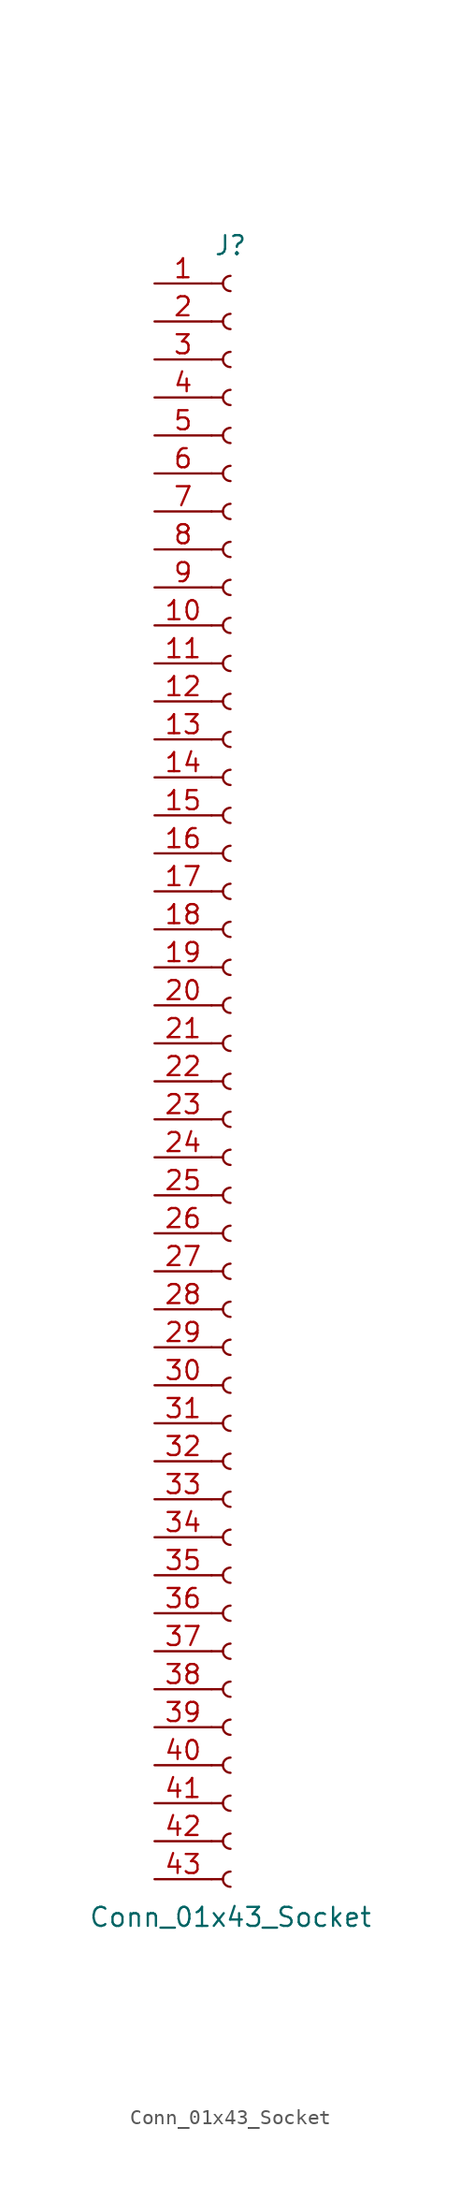
<source format=kicad_sym>
(kicad_symbol_lib
  (version 20220914)
  (generator kicad_symbol_editor)
  (symbol "Conn_01x43_Socket"
    (pin_names
      (offset 1.016) hide)
    (property "Reference" "J"
      (at 0 55.88 0)
      (effects (font (size 1.27 1.27))))
    (property "Value" "Conn_01x43_Socket"
      (at 0 -55.88 0)
      (effects (font (size 1.27 1.27))))
    (property "ki_locked" ""
      (at 0 0 0)
      (effects (font (size 1.27 1.27))))
    (symbol "Conn_01x43_Socket_1_1"
      (arc (start 0 -52.832) (mid -0.5058 -53.34) (end 0 -53.848) (stroke (width 0.1524) (type default)) (fill (type none)))
      (arc (start 0 -50.292) (mid -0.5058 -50.8) (end 0 -51.308) (stroke (width 0.1524) (type default)) (fill (type none)))
      (arc (start 0 -47.752) (mid -0.5058 -48.26) (end 0 -48.768) (stroke (width 0.1524) (type default)) (fill (type none)))
      (arc (start 0 -45.212) (mid -0.5058 -45.72) (end 0 -46.228) (stroke (width 0.1524) (type default)) (fill (type none)))
      (arc (start 0 -42.672) (mid -0.5058 -43.18) (end 0 -43.688) (stroke (width 0.1524) (type default)) (fill (type none)))
      (arc (start 0 -40.132) (mid -0.5058 -40.64) (end 0 -41.148) (stroke (width 0.1524) (type default)) (fill (type none)))
      (arc (start 0 -37.592) (mid -0.5058 -38.1) (end 0 -38.608) (stroke (width 0.1524) (type default)) (fill (type none)))
      (arc (start 0 -35.052) (mid -0.5058 -35.56) (end 0 -36.068) (stroke (width 0.1524) (type default)) (fill (type none)))
      (arc (start 0 -32.512) (mid -0.5058 -33.02) (end 0 -33.528) (stroke (width 0.1524) (type default)) (fill (type none)))
      (arc (start 0 -29.972) (mid -0.5058 -30.48) (end 0 -30.988) (stroke (width 0.1524) (type default)) (fill (type none)))
      (arc (start 0 -27.432) (mid -0.5058 -27.94) (end 0 -28.448) (stroke (width 0.1524) (type default)) (fill (type none)))
      (arc (start 0 -24.892) (mid -0.5058 -25.4) (end 0 -25.908) (stroke (width 0.1524) (type default)) (fill (type none)))
      (arc (start 0 -22.352) (mid -0.5058 -22.86) (end 0 -23.368) (stroke (width 0.1524) (type default)) (fill (type none)))
      (arc (start 0 -19.812) (mid -0.5058 -20.32) (end 0 -20.828) (stroke (width 0.1524) (type default)) (fill (type none)))
      (arc (start 0 -17.272) (mid -0.5058 -17.78) (end 0 -18.288) (stroke (width 0.1524) (type default)) (fill (type none)))
      (arc (start 0 -14.732) (mid -0.5058 -15.24) (end 0 -15.748) (stroke (width 0.1524) (type default)) (fill (type none)))
      (arc (start 0 -12.192) (mid -0.5058 -12.7) (end 0 -13.208) (stroke (width 0.1524) (type default)) (fill (type none)))
      (arc (start 0 -9.652) (mid -0.5058 -10.16) (end 0 -10.668) (stroke (width 0.1524) (type default)) (fill (type none)))
      (arc (start 0 -7.112) (mid -0.5058 -7.62) (end 0 -8.128) (stroke (width 0.1524) (type default)) (fill (type none)))
      (arc (start 0 -4.572) (mid -0.5058 -5.08) (end 0 -5.588) (stroke (width 0.1524) (type default)) (fill (type none)))
      (arc (start 0 -2.032) (mid -0.5058 -2.54) (end 0 -3.048) (stroke (width 0.1524) (type default)) (fill (type none)))
      (polyline (pts (xy -1.27 -53.34) (xy -0.508 -53.34)) (stroke (width 0.152) (type default)) (fill (type none)))
      (polyline (pts (xy -1.27 -50.8) (xy -0.508 -50.8)) (stroke (width 0.152) (type default)) (fill (type none)))
      (polyline (pts (xy -1.27 -48.26) (xy -0.508 -48.26)) (stroke (width 0.152) (type default)) (fill (type none)))
      (polyline (pts (xy -1.27 -45.72) (xy -0.508 -45.72)) (stroke (width 0.152) (type default)) (fill (type none)))
      (polyline (pts (xy -1.27 -43.18) (xy -0.508 -43.18)) (stroke (width 0.152) (type default)) (fill (type none)))
      (polyline (pts (xy -1.27 -40.64) (xy -0.508 -40.64)) (stroke (width 0.152) (type default)) (fill (type none)))
      (polyline (pts (xy -1.27 -38.1) (xy -0.508 -38.1)) (stroke (width 0.152) (type default)) (fill (type none)))
      (polyline (pts (xy -1.27 -35.56) (xy -0.508 -35.56)) (stroke (width 0.152) (type default)) (fill (type none)))
      (polyline (pts (xy -1.27 -33.02) (xy -0.508 -33.02)) (stroke (width 0.152) (type default)) (fill (type none)))
      (polyline (pts (xy -1.27 -30.48) (xy -0.508 -30.48)) (stroke (width 0.152) (type default)) (fill (type none)))
      (polyline (pts (xy -1.27 -27.94) (xy -0.508 -27.94)) (stroke (width 0.152) (type default)) (fill (type none)))
      (polyline (pts (xy -1.27 -25.4) (xy -0.508 -25.4)) (stroke (width 0.152) (type default)) (fill (type none)))
      (polyline (pts (xy -1.27 -22.86) (xy -0.508 -22.86)) (stroke (width 0.152) (type default)) (fill (type none)))
      (polyline (pts (xy -1.27 -20.32) (xy -0.508 -20.32)) (stroke (width 0.152) (type default)) (fill (type none)))
      (polyline (pts (xy -1.27 -17.78) (xy -0.508 -17.78)) (stroke (width 0.152) (type default)) (fill (type none)))
      (polyline (pts (xy -1.27 -15.24) (xy -0.508 -15.24)) (stroke (width 0.152) (type default)) (fill (type none)))
      (polyline (pts (xy -1.27 -12.7) (xy -0.508 -12.7)) (stroke (width 0.152) (type default)) (fill (type none)))
      (polyline (pts (xy -1.27 -10.16) (xy -0.508 -10.16)) (stroke (width 0.152) (type default)) (fill (type none)))
      (polyline (pts (xy -1.27 -7.62) (xy -0.508 -7.62)) (stroke (width 0.152) (type default)) (fill (type none)))
      (polyline (pts (xy -1.27 -5.08) (xy -0.508 -5.08)) (stroke (width 0.152) (type default)) (fill (type none)))
      (polyline (pts (xy -1.27 -2.54) (xy -0.508 -2.54)) (stroke (width 0.152) (type default)) (fill (type none)))
      (polyline (pts (xy -1.27 0) (xy -0.508 0)) (stroke (width 0.152) (type default)) (fill (type none)))
      (polyline (pts (xy -1.27 2.54) (xy -0.508 2.54)) (stroke (width 0.152) (type default)) (fill (type none)))
      (polyline (pts (xy -1.27 5.08) (xy -0.508 5.08)) (stroke (width 0.152) (type default)) (fill (type none)))
      (polyline (pts (xy -1.27 7.62) (xy -0.508 7.62)) (stroke (width 0.152) (type default)) (fill (type none)))
      (polyline (pts (xy -1.27 10.16) (xy -0.508 10.16)) (stroke (width 0.152) (type default)) (fill (type none)))
      (polyline (pts (xy -1.27 12.7) (xy -0.508 12.7)) (stroke (width 0.152) (type default)) (fill (type none)))
      (polyline (pts (xy -1.27 15.24) (xy -0.508 15.24)) (stroke (width 0.152) (type default)) (fill (type none)))
      (polyline (pts (xy -1.27 17.78) (xy -0.508 17.78)) (stroke (width 0.152) (type default)) (fill (type none)))
      (polyline (pts (xy -1.27 20.32) (xy -0.508 20.32)) (stroke (width 0.152) (type default)) (fill (type none)))
      (polyline (pts (xy -1.27 22.86) (xy -0.508 22.86)) (stroke (width 0.152) (type default)) (fill (type none)))
      (polyline (pts (xy -1.27 25.4) (xy -0.508 25.4)) (stroke (width 0.152) (type default)) (fill (type none)))
      (polyline (pts (xy -1.27 27.94) (xy -0.508 27.94)) (stroke (width 0.152) (type default)) (fill (type none)))
      (polyline (pts (xy -1.27 30.48) (xy -0.508 30.48)) (stroke (width 0.152) (type default)) (fill (type none)))
      (polyline (pts (xy -1.27 33.02) (xy -0.508 33.02)) (stroke (width 0.152) (type default)) (fill (type none)))
      (polyline (pts (xy -1.27 35.56) (xy -0.508 35.56)) (stroke (width 0.152) (type default)) (fill (type none)))
      (polyline (pts (xy -1.27 38.1) (xy -0.508 38.1)) (stroke (width 0.152) (type default)) (fill (type none)))
      (polyline (pts (xy -1.27 40.64) (xy -0.508 40.64)) (stroke (width 0.152) (type default)) (fill (type none)))
      (polyline (pts (xy -1.27 43.18) (xy -0.508 43.18)) (stroke (width 0.152) (type default)) (fill (type none)))
      (polyline (pts (xy -1.27 45.72) (xy -0.508 45.72)) (stroke (width 0.152) (type default)) (fill (type none)))
      (polyline (pts (xy -1.27 48.26) (xy -0.508 48.26)) (stroke (width 0.152) (type default)) (fill (type none)))
      (polyline (pts (xy -1.27 50.8) (xy -0.508 50.8)) (stroke (width 0.152) (type default)) (fill (type none)))
      (polyline (pts (xy -1.27 53.34) (xy -0.508 53.34)) (stroke (width 0.152) (type default)) (fill (type none)))
      (arc (start 0 0.508) (mid -0.5058 0) (end 0 -0.508) (stroke (width 0.1524) (type default)) (fill (type none)))
      (arc (start 0 3.048) (mid -0.5058 2.54) (end 0 2.032) (stroke (width 0.1524) (type default)) (fill (type none)))
      (arc (start 0 5.588) (mid -0.5058 5.08) (end 0 4.572) (stroke (width 0.1524) (type default)) (fill (type none)))
      (arc (start 0 8.128) (mid -0.5058 7.62) (end 0 7.112) (stroke (width 0.1524) (type default)) (fill (type none)))
      (arc (start 0 10.668) (mid -0.5058 10.16) (end 0 9.652) (stroke (width 0.1524) (type default)) (fill (type none)))
      (arc (start 0 13.208) (mid -0.5058 12.7) (end 0 12.192) (stroke (width 0.1524) (type default)) (fill (type none)))
      (arc (start 0 15.748) (mid -0.5058 15.24) (end 0 14.732) (stroke (width 0.1524) (type default)) (fill (type none)))
      (arc (start 0 18.288) (mid -0.5058 17.78) (end 0 17.272) (stroke (width 0.1524) (type default)) (fill (type none)))
      (arc (start 0 20.828) (mid -0.5058 20.32) (end 0 19.812) (stroke (width 0.1524) (type default)) (fill (type none)))
      (arc (start 0 23.368) (mid -0.5058 22.86) (end 0 22.352) (stroke (width 0.1524) (type default)) (fill (type none)))
      (arc (start 0 25.908) (mid -0.5058 25.4) (end 0 24.892) (stroke (width 0.1524) (type default)) (fill (type none)))
      (arc (start 0 28.448) (mid -0.5058 27.94) (end 0 27.432) (stroke (width 0.1524) (type default)) (fill (type none)))
      (arc (start 0 30.988) (mid -0.5058 30.48) (end 0 29.972) (stroke (width 0.1524) (type default)) (fill (type none)))
      (arc (start 0 33.528) (mid -0.5058 33.02) (end 0 32.512) (stroke (width 0.1524) (type default)) (fill (type none)))
      (arc (start 0 36.068) (mid -0.5058 35.56) (end 0 35.052) (stroke (width 0.1524) (type default)) (fill (type none)))
      (arc (start 0 38.608) (mid -0.5058 38.1) (end 0 37.592) (stroke (width 0.1524) (type default)) (fill (type none)))
      (arc (start 0 41.148) (mid -0.5058 40.64) (end 0 40.132) (stroke (width 0.1524) (type default)) (fill (type none)))
      (arc (start 0 43.688) (mid -0.5058 43.18) (end 0 42.672) (stroke (width 0.1524) (type default)) (fill (type none)))
      (arc (start 0 46.228) (mid -0.5058 45.72) (end 0 45.212) (stroke (width 0.1524) (type default)) (fill (type none)))
      (arc (start 0 48.768) (mid -0.5058 48.26) (end 0 47.752) (stroke (width 0.1524) (type default)) (fill (type none)))
      (arc (start 0 51.308) (mid -0.5058 50.8) (end 0 50.292) (stroke (width 0.1524) (type default)) (fill (type none)))
      (arc (start 0 53.848) (mid -0.5058 53.34) (end 0 52.832) (stroke (width 0.1524) (type default)) (fill (type none)))
      (pin passive line (at -5.08 53.34 0) (length 3.81) (name "Pin_1" (effects (font (size 1.27 1.27)))) (number "1" (effects (font (size 1.27 1.27)))))
      (pin passive line (at -5.08 30.48 0) (length 3.81) (name "Pin_10" (effects (font (size 1.27 1.27)))) (number "10" (effects (font (size 1.27 1.27)))))
      (pin passive line (at -5.08 27.94 0) (length 3.81) (name "Pin_11" (effects (font (size 1.27 1.27)))) (number "11" (effects (font (size 1.27 1.27)))))
      (pin passive line (at -5.08 25.4 0) (length 3.81) (name "Pin_12" (effects (font (size 1.27 1.27)))) (number "12" (effects (font (size 1.27 1.27)))))
      (pin passive line (at -5.08 22.86 0) (length 3.81) (name "Pin_13" (effects (font (size 1.27 1.27)))) (number "13" (effects (font (size 1.27 1.27)))))
      (pin passive line (at -5.08 20.32 0) (length 3.81) (name "Pin_14" (effects (font (size 1.27 1.27)))) (number "14" (effects (font (size 1.27 1.27)))))
      (pin passive line (at -5.08 17.78 0) (length 3.81) (name "Pin_15" (effects (font (size 1.27 1.27)))) (number "15" (effects (font (size 1.27 1.27)))))
      (pin passive line (at -5.08 15.24 0) (length 3.81) (name "Pin_16" (effects (font (size 1.27 1.27)))) (number "16" (effects (font (size 1.27 1.27)))))
      (pin passive line (at -5.08 12.7 0) (length 3.81) (name "Pin_17" (effects (font (size 1.27 1.27)))) (number "17" (effects (font (size 1.27 1.27)))))
      (pin passive line (at -5.08 10.16 0) (length 3.81) (name "Pin_18" (effects (font (size 1.27 1.27)))) (number "18" (effects (font (size 1.27 1.27)))))
      (pin passive line (at -5.08 7.62 0) (length 3.81) (name "Pin_19" (effects (font (size 1.27 1.27)))) (number "19" (effects (font (size 1.27 1.27)))))
      (pin passive line (at -5.08 50.8 0) (length 3.81) (name "Pin_2" (effects (font (size 1.27 1.27)))) (number "2" (effects (font (size 1.27 1.27)))))
      (pin passive line (at -5.08 5.08 0) (length 3.81) (name "Pin_20" (effects (font (size 1.27 1.27)))) (number "20" (effects (font (size 1.27 1.27)))))
      (pin passive line (at -5.08 2.54 0) (length 3.81) (name "Pin_21" (effects (font (size 1.27 1.27)))) (number "21" (effects (font (size 1.27 1.27)))))
      (pin passive line (at -5.08 0 0) (length 3.81) (name "Pin_22" (effects (font (size 1.27 1.27)))) (number "22" (effects (font (size 1.27 1.27)))))
      (pin passive line (at -5.08 -2.54 0) (length 3.81) (name "Pin_23" (effects (font (size 1.27 1.27)))) (number "23" (effects (font (size 1.27 1.27)))))
      (pin passive line (at -5.08 -5.08 0) (length 3.81) (name "Pin_24" (effects (font (size 1.27 1.27)))) (number "24" (effects (font (size 1.27 1.27)))))
      (pin passive line (at -5.08 -7.62 0) (length 3.81) (name "Pin_25" (effects (font (size 1.27 1.27)))) (number "25" (effects (font (size 1.27 1.27)))))
      (pin passive line (at -5.08 -10.16 0) (length 3.81) (name "Pin_26" (effects (font (size 1.27 1.27)))) (number "26" (effects (font (size 1.27 1.27)))))
      (pin passive line (at -5.08 -12.7 0) (length 3.81) (name "Pin_27" (effects (font (size 1.27 1.27)))) (number "27" (effects (font (size 1.27 1.27)))))
      (pin passive line (at -5.08 -15.24 0) (length 3.81) (name "Pin_28" (effects (font (size 1.27 1.27)))) (number "28" (effects (font (size 1.27 1.27)))))
      (pin passive line (at -5.08 -17.78 0) (length 3.81) (name "Pin_29" (effects (font (size 1.27 1.27)))) (number "29" (effects (font (size 1.27 1.27)))))
      (pin passive line (at -5.08 48.26 0) (length 3.81) (name "Pin_3" (effects (font (size 1.27 1.27)))) (number "3" (effects (font (size 1.27 1.27)))))
      (pin passive line (at -5.08 -20.32 0) (length 3.81) (name "Pin_30" (effects (font (size 1.27 1.27)))) (number "30" (effects (font (size 1.27 1.27)))))
      (pin passive line (at -5.08 -22.86 0) (length 3.81) (name "Pin_31" (effects (font (size 1.27 1.27)))) (number "31" (effects (font (size 1.27 1.27)))))
      (pin passive line (at -5.08 -25.4 0) (length 3.81) (name "Pin_32" (effects (font (size 1.27 1.27)))) (number "32" (effects (font (size 1.27 1.27)))))
      (pin passive line (at -5.08 -27.94 0) (length 3.81) (name "Pin_33" (effects (font (size 1.27 1.27)))) (number "33" (effects (font (size 1.27 1.27)))))
      (pin passive line (at -5.08 -30.48 0) (length 3.81) (name "Pin_34" (effects (font (size 1.27 1.27)))) (number "34" (effects (font (size 1.27 1.27)))))
      (pin passive line (at -5.08 -33.02 0) (length 3.81) (name "Pin_35" (effects (font (size 1.27 1.27)))) (number "35" (effects (font (size 1.27 1.27)))))
      (pin passive line (at -5.08 -35.56 0) (length 3.81) (name "Pin_36" (effects (font (size 1.27 1.27)))) (number "36" (effects (font (size 1.27 1.27)))))
      (pin passive line (at -5.08 -38.1 0) (length 3.81) (name "Pin_37" (effects (font (size 1.27 1.27)))) (number "37" (effects (font (size 1.27 1.27)))))
      (pin passive line (at -5.08 -40.64 0) (length 3.81) (name "Pin_38" (effects (font (size 1.27 1.27)))) (number "38" (effects (font (size 1.27 1.27)))))
      (pin passive line (at -5.08 -43.18 0) (length 3.81) (name "Pin_39" (effects (font (size 1.27 1.27)))) (number "39" (effects (font (size 1.27 1.27)))))
      (pin passive line (at -5.08 45.72 0) (length 3.81) (name "Pin_4" (effects (font (size 1.27 1.27)))) (number "4" (effects (font (size 1.27 1.27)))))
      (pin passive line (at -5.08 -45.72 0) (length 3.81) (name "Pin_40" (effects (font (size 1.27 1.27)))) (number "40" (effects (font (size 1.27 1.27)))))
      (pin passive line (at -5.08 -48.26 0) (length 3.81) (name "Pin_41" (effects (font (size 1.27 1.27)))) (number "41" (effects (font (size 1.27 1.27)))))
      (pin passive line (at -5.08 -50.8 0) (length 3.81) (name "Pin_42" (effects (font (size 1.27 1.27)))) (number "42" (effects (font (size 1.27 1.27)))))
      (pin passive line (at -5.08 -53.34 0) (length 3.81) (name "Pin_43" (effects (font (size 1.27 1.27)))) (number "43" (effects (font (size 1.27 1.27)))))
      (pin passive line (at -5.08 43.18 0) (length 3.81) (name "Pin_5" (effects (font (size 1.27 1.27)))) (number "5" (effects (font (size 1.27 1.27)))))
      (pin passive line (at -5.08 40.64 0) (length 3.81) (name "Pin_6" (effects (font (size 1.27 1.27)))) (number "6" (effects (font (size 1.27 1.27)))))
      (pin passive line (at -5.08 38.1 0) (length 3.81) (name "Pin_7" (effects (font (size 1.27 1.27)))) (number "7" (effects (font (size 1.27 1.27)))))
      (pin passive line (at -5.08 35.56 0) (length 3.81) (name "Pin_8" (effects (font (size 1.27 1.27)))) (number "8" (effects (font (size 1.27 1.27)))))
      (pin passive line (at -5.08 33.02 0) (length 3.81) (name "Pin_9" (effects (font (size 1.27 1.27)))) (number "9" (effects (font (size 1.27 1.27))))))))
</source>
